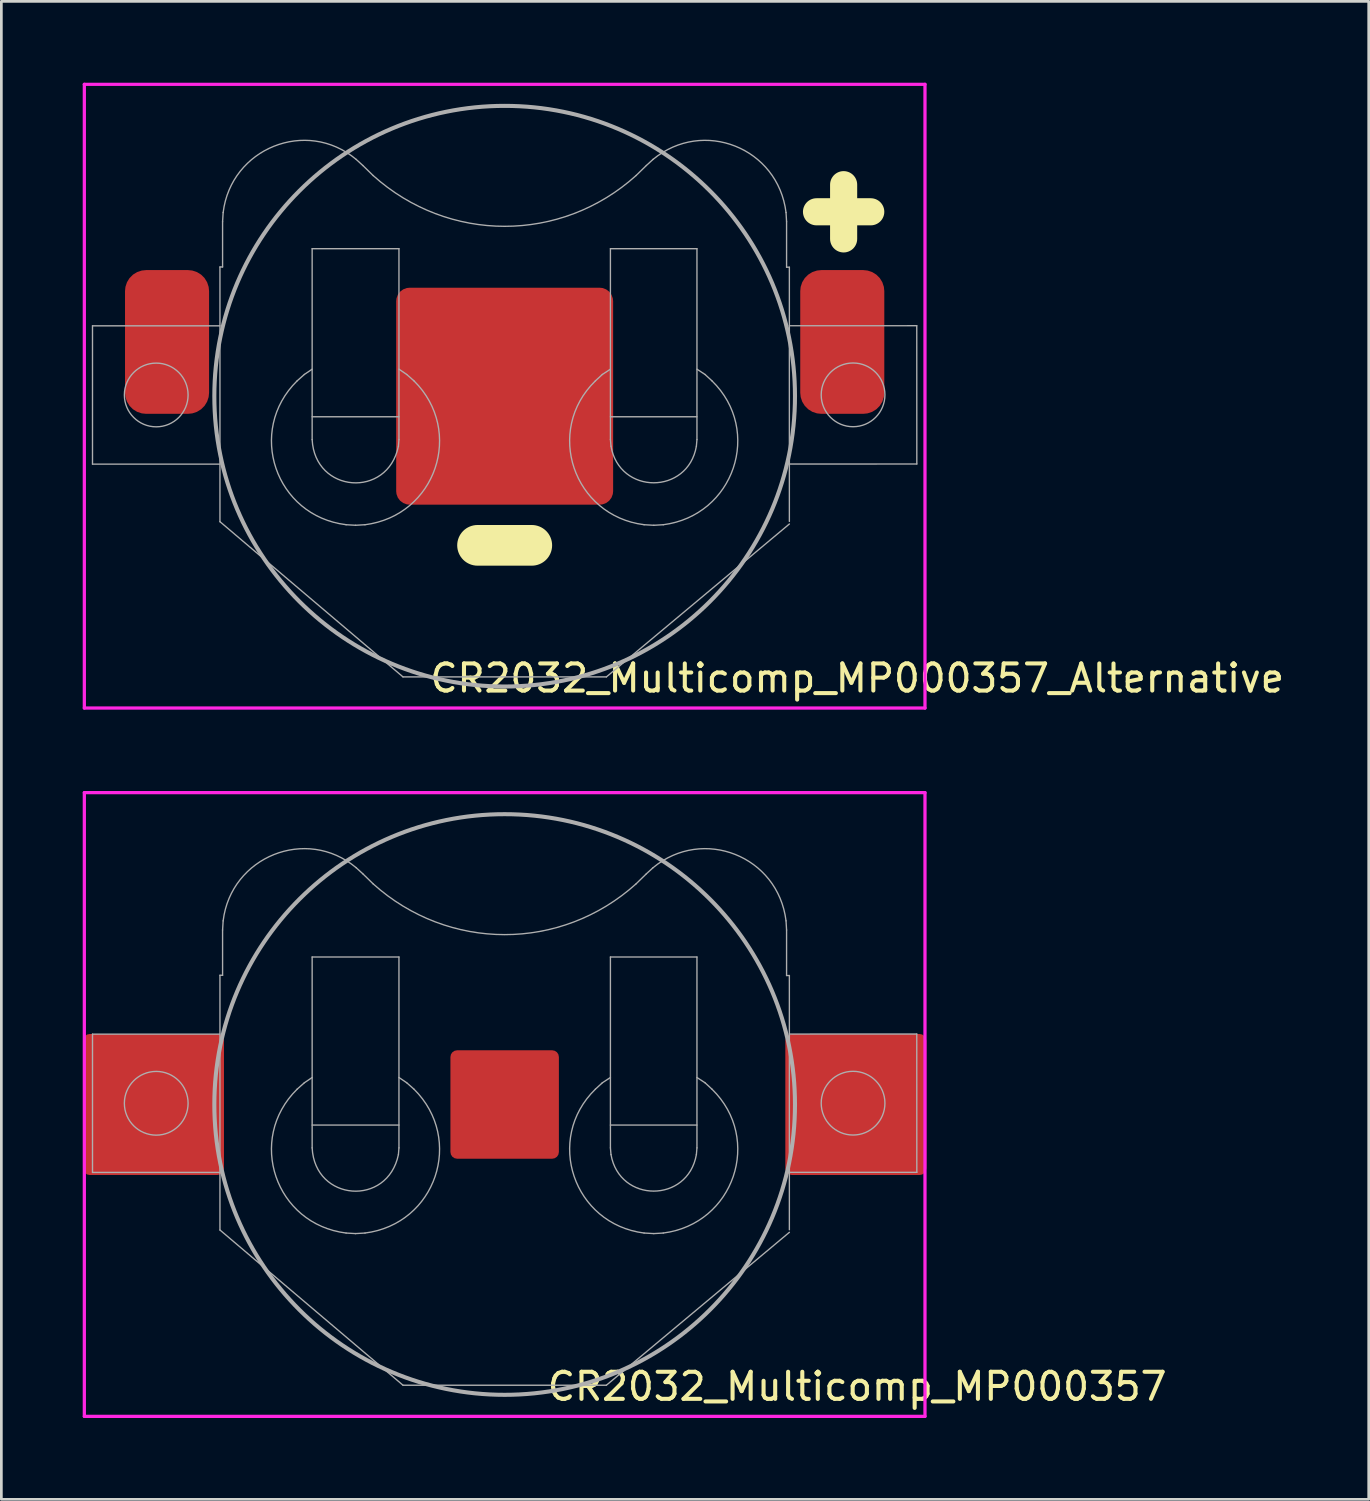
<source format=kicad_pcb>
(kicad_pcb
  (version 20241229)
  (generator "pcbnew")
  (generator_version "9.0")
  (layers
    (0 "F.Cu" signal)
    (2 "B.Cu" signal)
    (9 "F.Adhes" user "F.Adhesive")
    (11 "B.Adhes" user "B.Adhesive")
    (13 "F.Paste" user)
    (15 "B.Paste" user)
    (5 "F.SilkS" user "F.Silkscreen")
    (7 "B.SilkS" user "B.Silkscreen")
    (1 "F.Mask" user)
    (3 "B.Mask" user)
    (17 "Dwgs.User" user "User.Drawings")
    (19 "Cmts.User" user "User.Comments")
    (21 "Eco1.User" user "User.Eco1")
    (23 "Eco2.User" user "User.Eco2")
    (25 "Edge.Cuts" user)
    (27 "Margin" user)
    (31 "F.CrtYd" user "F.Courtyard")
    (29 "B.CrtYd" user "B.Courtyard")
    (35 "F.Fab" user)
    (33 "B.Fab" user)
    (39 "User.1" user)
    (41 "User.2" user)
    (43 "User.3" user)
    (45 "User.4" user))
  (footprint "CR2032_Multicomp_MP000357_Alternative"
    (layer "F.Cu")
    (at 15.56 11.56)
    (property "Reference" "CR2032_Multicomp_MP000357_Alternative" (at 13 10.4 0) (layer "F.SilkS") (effects (font (size 1 1) (thickness 0.15))))
    (attr through_hole)
    (fp_line (start -1 5.5) (end 1 5.5) (stroke (width 1.5) (type solid)) (layer "F.SilkS"))
    (fp_line (start 11.5 -6.8) (end 13.5 -6.8) (stroke (width 1) (type solid)) (layer "F.SilkS"))
    (fp_line (start 12.5 -5.8) (end 12.5 -7.8) (stroke (width 1) (type solid)) (layer "F.SilkS"))
    (fp_line (start -15.5 -11.5) (end 15.5 -11.5) (stroke (width 0.12) (type solid)) (layer "F.CrtYd"))
    (fp_line (start -15.5 11.5) (end -15.5 -11.5) (stroke (width 0.12) (type solid)) (layer "F.CrtYd"))
    (fp_line (start 15.5 -11.5) (end 15.5 11.5) (stroke (width 0.12) (type solid)) (layer "F.CrtYd"))
    (fp_line (start 15.5 11.5) (end -15.5 11.5) (stroke (width 0.12) (type solid)) (layer "F.CrtYd"))
    (fp_line (start -15.199 -2.595) (end -15.199 2.505) (stroke (width 0.05) (type solid)) (layer "F.Fab"))
    (fp_line (start -15.199 -2.595) (end -10.499 -2.595) (stroke (width 0.05) (type solid)) (layer "F.Fab"))
    (fp_line (start -15.199 2.505) (end -10.499 2.505) (stroke (width 0.05) (type solid)) (layer "F.Fab"))
    (fp_line (start -10.499 -4.765) (end -10.402 -4.765) (stroke (width 0.05) (type solid)) (layer "F.Fab"))
    (fp_line (start -10.499 4.628) (end -10.499 -4.765) (stroke (width 0.05) (type solid)) (layer "F.Fab"))
    (fp_line (start -10.402 -6.434) (end -10.381 -6.773) (stroke (width 0.05) (type solid)) (layer "F.Fab"))
    (fp_line (start -10.402 -4.765) (end -10.402 -6.434) (stroke (width 0.05) (type solid)) (layer "F.Fab"))
    (fp_line (start -7.387 -0.801) (end -7.653 -0.565) (stroke (width 0.05) (type solid)) (layer "F.Fab"))
    (fp_line (start -7.099 -5.439) (end -7.099 1.6) (stroke (width 0.05) (type solid)) (layer "F.Fab"))
    (fp_line (start -7.099 -5.439) (end -3.898 -5.439) (stroke (width 0.05) (type solid)) (layer "F.Fab"))
    (fp_line (start -7.099 0.759) (end -3.898 0.759) (stroke (width 0.05) (type solid)) (layer "F.Fab"))
    (fp_line (start -7.099 -0.996) (end -7.387 -0.801) (stroke (width 0.05) (type solid)) (layer "F.Fab"))
    (fp_line (start -5.847 4.74) (end -5.499 4.76) (stroke (width 0.05) (type solid)) (layer "F.Fab"))
    (fp_line (start -5.499 4.76) (end -5.15 4.74) (stroke (width 0.05) (type solid)) (layer "F.Fab"))
    (fp_line (start -5.476 -8.732) (end -5.23 -8.507) (stroke (width 0.05) (type solid)) (layer "F.Fab"))
    (fp_line (start -5.23 -8.507) (end -4.851 -8.137) (stroke (width 0.05) (type solid)) (layer "F.Fab"))
    (fp_line (start -3.918 1.846) (end -3.898 1.6) (stroke (width 0.05) (type solid)) (layer "F.Fab"))
    (fp_line (start -3.898 1.6) (end -3.898 -5.439) (stroke (width 0.05) (type solid)) (layer "F.Fab"))
    (fp_line (start -3.749 10.352) (end -10.499 4.628) (stroke (width 0.05) (type solid)) (layer "F.Fab"))
    (fp_line (start -3.611 -0.801) (end -3.898 -0.996) (stroke (width 0.05) (type solid)) (layer "F.Fab"))
    (fp_line (start -3.344 -0.565) (end -3.611 -0.801) (stroke (width 0.05) (type solid)) (layer "F.Fab"))
    (fp_line (start 3.602 -0.801) (end 3.346 -0.565) (stroke (width 0.05) (type solid)) (layer "F.Fab"))
    (fp_line (start 3.751 10.352) (end -3.749 10.352) (stroke (width 0.05) (type solid)) (layer "F.Fab"))
    (fp_line (start 3.751 10.352) (end 10.499 4.713) (stroke (width 0.05) (type solid)) (layer "F.Fab"))
    (fp_line (start 3.9 -5.439) (end 7.091 -5.439) (stroke (width 0.05) (type solid)) (layer "F.Fab"))
    (fp_line (start 3.9 1.6) (end 3.9 -5.439) (stroke (width 0.05) (type solid)) (layer "F.Fab"))
    (fp_line (start 3.9 1.6) (end 3.921 1.846) (stroke (width 0.05) (type solid)) (layer "F.Fab"))
    (fp_line (start 3.9 -0.996) (end 3.602 -0.801) (stroke (width 0.05) (type solid)) (layer "F.Fab"))
    (fp_line (start 4.846 -8.137) (end 5.225 -8.507) (stroke (width 0.05) (type solid)) (layer "F.Fab"))
    (fp_line (start 5.142 4.74) (end 5.501 4.76) (stroke (width 0.05) (type solid)) (layer "F.Fab"))
    (fp_line (start 5.471 -8.732) (end 5.225 -8.507) (stroke (width 0.05) (type solid)) (layer "F.Fab"))
    (fp_line (start 5.501 4.76) (end 5.849 4.74) (stroke (width 0.05) (type solid)) (layer "F.Fab"))
    (fp_line (start 7.07 1.846) (end 7.091 1.6) (stroke (width 0.05) (type solid)) (layer "F.Fab"))
    (fp_line (start 7.091 0.759) (end 3.9 0.759) (stroke (width 0.05) (type solid)) (layer "F.Fab"))
    (fp_line (start 7.091 1.6) (end 7.091 -5.439) (stroke (width 0.05) (type solid)) (layer "F.Fab"))
    (fp_line (start 7.389 -0.801) (end 7.091 -0.996) (stroke (width 0.05) (type solid)) (layer "F.Fab"))
    (fp_line (start 7.645 -0.565) (end 7.389 -0.801) (stroke (width 0.05) (type solid)) (layer "F.Fab"))
    (fp_line (start 10.396 -6.434) (end 10.376 -6.773) (stroke (width 0.05) (type solid)) (layer "F.Fab"))
    (fp_line (start 10.396 -4.756) (end 10.396 -6.434) (stroke (width 0.05) (type solid)) (layer "F.Fab"))
    (fp_line (start 10.499 -4.756) (end 10.396 -4.756) (stroke (width 0.05) (type solid)) (layer "F.Fab"))
    (fp_line (start 10.499 4.618) (end 10.499 -4.756) (stroke (width 0.05) (type solid)) (layer "F.Fab"))
    (fp_line (start 15.197 -2.599) (end 10.497 -2.598) (stroke (width 0.05) (type solid)) (layer "F.Fab"))
    (fp_line (start 15.197 -2.599) (end 15.199 2.501) (stroke (width 0.05) (type solid)) (layer "F.Fab"))
    (fp_line (start 15.199 2.501) (end 10.499 2.502) (stroke (width 0.05) (type solid)) (layer "F.Fab"))
    (fp_circle (center -12.849 -0.045) (end -11.674 -0.045) (stroke (width 0.05) (type solid)) (fill no) (layer "F.Fab"))
    (fp_circle (center 0 0) (end 10.706 0) (stroke (width 0.15) (type solid)) (fill no) (layer "F.Fab"))
    (fp_circle (center 12.848 -0.049) (end 14.023 -0.049) (stroke (width 0.05) (type solid)) (fill no) (layer "F.Fab"))
    (fp_curve (pts (xy -10.381 -6.773) (xy -10.094 -9.141) (xy -7.311 -10.268) (xy -5.476 -8.732)) (stroke (width 0.05) (type solid)) (layer "F.Fab"))
    (fp_curve (pts (xy -7.653 -0.565) (xy -9.528 1.283) (xy -8.459 4.416) (xy -5.847 4.74)) (stroke (width 0.05) (type solid)) (layer "F.Fab"))
    (fp_curve (pts (xy -7.099 1.6) (xy -7.003 3.577) (xy -4.316 3.785) (xy -3.918 1.846)) (stroke (width 0.05) (type solid)) (layer "F.Fab"))
    (fp_curve (pts (xy -5.15 4.74) (xy -2.535 4.409) (xy -1.477 1.283) (xy -3.344 -0.565)) (stroke (width 0.05) (type solid)) (layer "F.Fab"))
    (fp_curve (pts (xy -4.851 -8.137) (xy -2.079 -5.643) (xy 2.075 -5.637) (xy 4.846 -8.137)) (stroke (width 0.05) (type solid)) (layer "F.Fab"))
    (fp_curve (pts (xy 3.346 -0.565) (xy 1.468 1.267) (xy 2.535 4.41) (xy 5.142 4.74)) (stroke (width 0.05) (type solid)) (layer "F.Fab"))
    (fp_curve (pts (xy 3.921 1.846) (xy 4.234 3.643) (xy 6.757 3.643) (xy 7.07 1.846)) (stroke (width 0.05) (type solid)) (layer "F.Fab"))
    (fp_curve (pts (xy 5.849 4.74) (xy 8.454 4.41) (xy 9.528 1.269) (xy 7.645 -0.565)) (stroke (width 0.05) (type solid)) (layer "F.Fab"))
    (fp_curve (pts (xy 10.376 -6.773) (xy 10.082 -9.163) (xy 7.313 -10.257) (xy 5.471 -8.732)) (stroke (width 0.05) (type solid)) (layer "F.Fab"))
    (pad "1" smd roundrect (at -12.45 -2) (size 3.1 5.3) (layers "F.Cu" "F.Mask" "F.Paste") (roundrect_rratio 0.25))
    (pad "1" smd roundrect (at 12.45 -2) (size 3.1 5.3) (layers "F.Cu" "F.Mask" "F.Paste") (roundrect_rratio 0.25))
    (pad "2" smd roundrect (at 0 0) (size 8 8) (layers "F.Cu" "F.Mask") (roundrect_rratio 0.062)))
  (footprint "CR2032_Multicomp_MP000357"
    (layer "F.Cu")
    (at 15.56 37.68)
    (property "Reference" "CR2032_Multicomp_MP000357" (at 13 10.4 0) (layer "F.SilkS") (effects (font (size 1 1) (thickness 0.15))))
    (attr through_hole)
    (fp_line (start -15.5 -11.5) (end 15.5 -11.5) (stroke (width 0.12) (type solid)) (layer "F.CrtYd"))
    (fp_line (start -15.5 11.5) (end -15.5 -11.5) (stroke (width 0.12) (type solid)) (layer "F.CrtYd"))
    (fp_line (start 15.5 -11.5) (end 15.5 11.5) (stroke (width 0.12) (type solid)) (layer "F.CrtYd"))
    (fp_line (start 15.5 11.5) (end -15.5 11.5) (stroke (width 0.12) (type solid)) (layer "F.CrtYd"))
    (fp_line (start -15.199 -2.595) (end -15.199 2.505) (stroke (width 0.05) (type solid)) (layer "F.Fab"))
    (fp_line (start -15.199 -2.595) (end -10.499 -2.595) (stroke (width 0.05) (type solid)) (layer "F.Fab"))
    (fp_line (start -15.199 2.505) (end -10.499 2.505) (stroke (width 0.05) (type solid)) (layer "F.Fab"))
    (fp_line (start -10.499 -4.765) (end -10.402 -4.765) (stroke (width 0.05) (type solid)) (layer "F.Fab"))
    (fp_line (start -10.499 4.628) (end -10.499 -4.765) (stroke (width 0.05) (type solid)) (layer "F.Fab"))
    (fp_line (start -10.402 -6.434) (end -10.381 -6.773) (stroke (width 0.05) (type solid)) (layer "F.Fab"))
    (fp_line (start -10.402 -4.765) (end -10.402 -6.434) (stroke (width 0.05) (type solid)) (layer "F.Fab"))
    (fp_line (start -7.387 -0.801) (end -7.653 -0.565) (stroke (width 0.05) (type solid)) (layer "F.Fab"))
    (fp_line (start -7.099 -5.439) (end -7.099 1.6) (stroke (width 0.05) (type solid)) (layer "F.Fab"))
    (fp_line (start -7.099 -5.439) (end -3.898 -5.439) (stroke (width 0.05) (type solid)) (layer "F.Fab"))
    (fp_line (start -7.099 0.759) (end -3.898 0.759) (stroke (width 0.05) (type solid)) (layer "F.Fab"))
    (fp_line (start -7.099 -0.996) (end -7.387 -0.801) (stroke (width 0.05) (type solid)) (layer "F.Fab"))
    (fp_line (start -5.847 4.74) (end -5.499 4.76) (stroke (width 0.05) (type solid)) (layer "F.Fab"))
    (fp_line (start -5.499 4.76) (end -5.15 4.74) (stroke (width 0.05) (type solid)) (layer "F.Fab"))
    (fp_line (start -5.476 -8.732) (end -5.23 -8.507) (stroke (width 0.05) (type solid)) (layer "F.Fab"))
    (fp_line (start -5.23 -8.507) (end -4.851 -8.137) (stroke (width 0.05) (type solid)) (layer "F.Fab"))
    (fp_line (start -3.918 1.846) (end -3.898 1.6) (stroke (width 0.05) (type solid)) (layer "F.Fab"))
    (fp_line (start -3.898 1.6) (end -3.898 -5.439) (stroke (width 0.05) (type solid)) (layer "F.Fab"))
    (fp_line (start -3.749 10.352) (end -10.499 4.628) (stroke (width 0.05) (type solid)) (layer "F.Fab"))
    (fp_line (start -3.611 -0.801) (end -3.898 -0.996) (stroke (width 0.05) (type solid)) (layer "F.Fab"))
    (fp_line (start -3.344 -0.565) (end -3.611 -0.801) (stroke (width 0.05) (type solid)) (layer "F.Fab"))
    (fp_line (start 3.602 -0.801) (end 3.346 -0.565) (stroke (width 0.05) (type solid)) (layer "F.Fab"))
    (fp_line (start 3.751 10.352) (end -3.749 10.352) (stroke (width 0.05) (type solid)) (layer "F.Fab"))
    (fp_line (start 3.751 10.352) (end 10.499 4.713) (stroke (width 0.05) (type solid)) (layer "F.Fab"))
    (fp_line (start 3.9 -5.439) (end 7.091 -5.439) (stroke (width 0.05) (type solid)) (layer "F.Fab"))
    (fp_line (start 3.9 1.6) (end 3.9 -5.439) (stroke (width 0.05) (type solid)) (layer "F.Fab"))
    (fp_line (start 3.9 1.6) (end 3.921 1.846) (stroke (width 0.05) (type solid)) (layer "F.Fab"))
    (fp_line (start 3.9 -0.996) (end 3.602 -0.801) (stroke (width 0.05) (type solid)) (layer "F.Fab"))
    (fp_line (start 4.846 -8.137) (end 5.225 -8.507) (stroke (width 0.05) (type solid)) (layer "F.Fab"))
    (fp_line (start 5.142 4.74) (end 5.501 4.76) (stroke (width 0.05) (type solid)) (layer "F.Fab"))
    (fp_line (start 5.471 -8.732) (end 5.225 -8.507) (stroke (width 0.05) (type solid)) (layer "F.Fab"))
    (fp_line (start 5.501 4.76) (end 5.849 4.74) (stroke (width 0.05) (type solid)) (layer "F.Fab"))
    (fp_line (start 7.07 1.846) (end 7.091 1.6) (stroke (width 0.05) (type solid)) (layer "F.Fab"))
    (fp_line (start 7.091 0.759) (end 3.9 0.759) (stroke (width 0.05) (type solid)) (layer "F.Fab"))
    (fp_line (start 7.091 1.6) (end 7.091 -5.439) (stroke (width 0.05) (type solid)) (layer "F.Fab"))
    (fp_line (start 7.389 -0.801) (end 7.091 -0.996) (stroke (width 0.05) (type solid)) (layer "F.Fab"))
    (fp_line (start 7.645 -0.565) (end 7.389 -0.801) (stroke (width 0.05) (type solid)) (layer "F.Fab"))
    (fp_line (start 10.396 -6.434) (end 10.376 -6.773) (stroke (width 0.05) (type solid)) (layer "F.Fab"))
    (fp_line (start 10.396 -4.756) (end 10.396 -6.434) (stroke (width 0.05) (type solid)) (layer "F.Fab"))
    (fp_line (start 10.499 -4.756) (end 10.396 -4.756) (stroke (width 0.05) (type solid)) (layer "F.Fab"))
    (fp_line (start 10.499 4.618) (end 10.499 -4.756) (stroke (width 0.05) (type solid)) (layer "F.Fab"))
    (fp_line (start 15.197 -2.599) (end 10.497 -2.598) (stroke (width 0.05) (type solid)) (layer "F.Fab"))
    (fp_line (start 15.197 -2.599) (end 15.199 2.501) (stroke (width 0.05) (type solid)) (layer "F.Fab"))
    (fp_line (start 15.199 2.501) (end 10.499 2.502) (stroke (width 0.05) (type solid)) (layer "F.Fab"))
    (fp_circle (center -12.849 -0.045) (end -11.674 -0.045) (stroke (width 0.05) (type solid)) (fill no) (layer "F.Fab"))
    (fp_circle (center 0 0) (end 10.706 0) (stroke (width 0.15) (type solid)) (fill no) (layer "F.Fab"))
    (fp_circle (center 12.848 -0.049) (end 14.023 -0.049) (stroke (width 0.05) (type solid)) (fill no) (layer "F.Fab"))
    (fp_curve (pts (xy -10.381 -6.773) (xy -10.094 -9.141) (xy -7.311 -10.268) (xy -5.476 -8.732)) (stroke (width 0.05) (type solid)) (layer "F.Fab"))
    (fp_curve (pts (xy -7.653 -0.565) (xy -9.528 1.283) (xy -8.459 4.416) (xy -5.847 4.74)) (stroke (width 0.05) (type solid)) (layer "F.Fab"))
    (fp_curve (pts (xy -7.099 1.6) (xy -7.003 3.577) (xy -4.316 3.785) (xy -3.918 1.846)) (stroke (width 0.05) (type solid)) (layer "F.Fab"))
    (fp_curve (pts (xy -5.15 4.74) (xy -2.535 4.409) (xy -1.477 1.283) (xy -3.344 -0.565)) (stroke (width 0.05) (type solid)) (layer "F.Fab"))
    (fp_curve (pts (xy -4.851 -8.137) (xy -2.079 -5.643) (xy 2.075 -5.637) (xy 4.846 -8.137)) (stroke (width 0.05) (type solid)) (layer "F.Fab"))
    (fp_curve (pts (xy 3.346 -0.565) (xy 1.468 1.267) (xy 2.535 4.41) (xy 5.142 4.74)) (stroke (width 0.05) (type solid)) (layer "F.Fab"))
    (fp_curve (pts (xy 3.921 1.846) (xy 4.234 3.643) (xy 6.757 3.643) (xy 7.07 1.846)) (stroke (width 0.05) (type solid)) (layer "F.Fab"))
    (fp_curve (pts (xy 5.849 4.74) (xy 8.454 4.41) (xy 9.528 1.269) (xy 7.645 -0.565)) (stroke (width 0.05) (type solid)) (layer "F.Fab"))
    (fp_curve (pts (xy 10.376 -6.773) (xy 10.082 -9.163) (xy 7.313 -10.257) (xy 5.471 -8.732)) (stroke (width 0.05) (type solid)) (layer "F.Fab"))
    (pad "1" smd roundrect (at -12.95 0) (size 5.2 5.2) (layers "F.Cu" "F.Mask" "F.Paste") (roundrect_rratio 0.048))
    (pad "1" smd roundrect (at 12.95 0) (size 5.2 5.2) (layers "F.Cu" "F.Mask" "F.Paste") (roundrect_rratio 0.048))
    (pad "2" smd roundrect (at 0 0) (size 4 4) (layers "F.Cu" "F.Mask") (roundrect_rratio 0.062)))
  (gr_rect
    (start -3 -3)
    (end 47.423 52.24)
    (stroke (width 0.1) (type default))
    (fill no)
    (layer "Edge.Cuts")))
</source>
